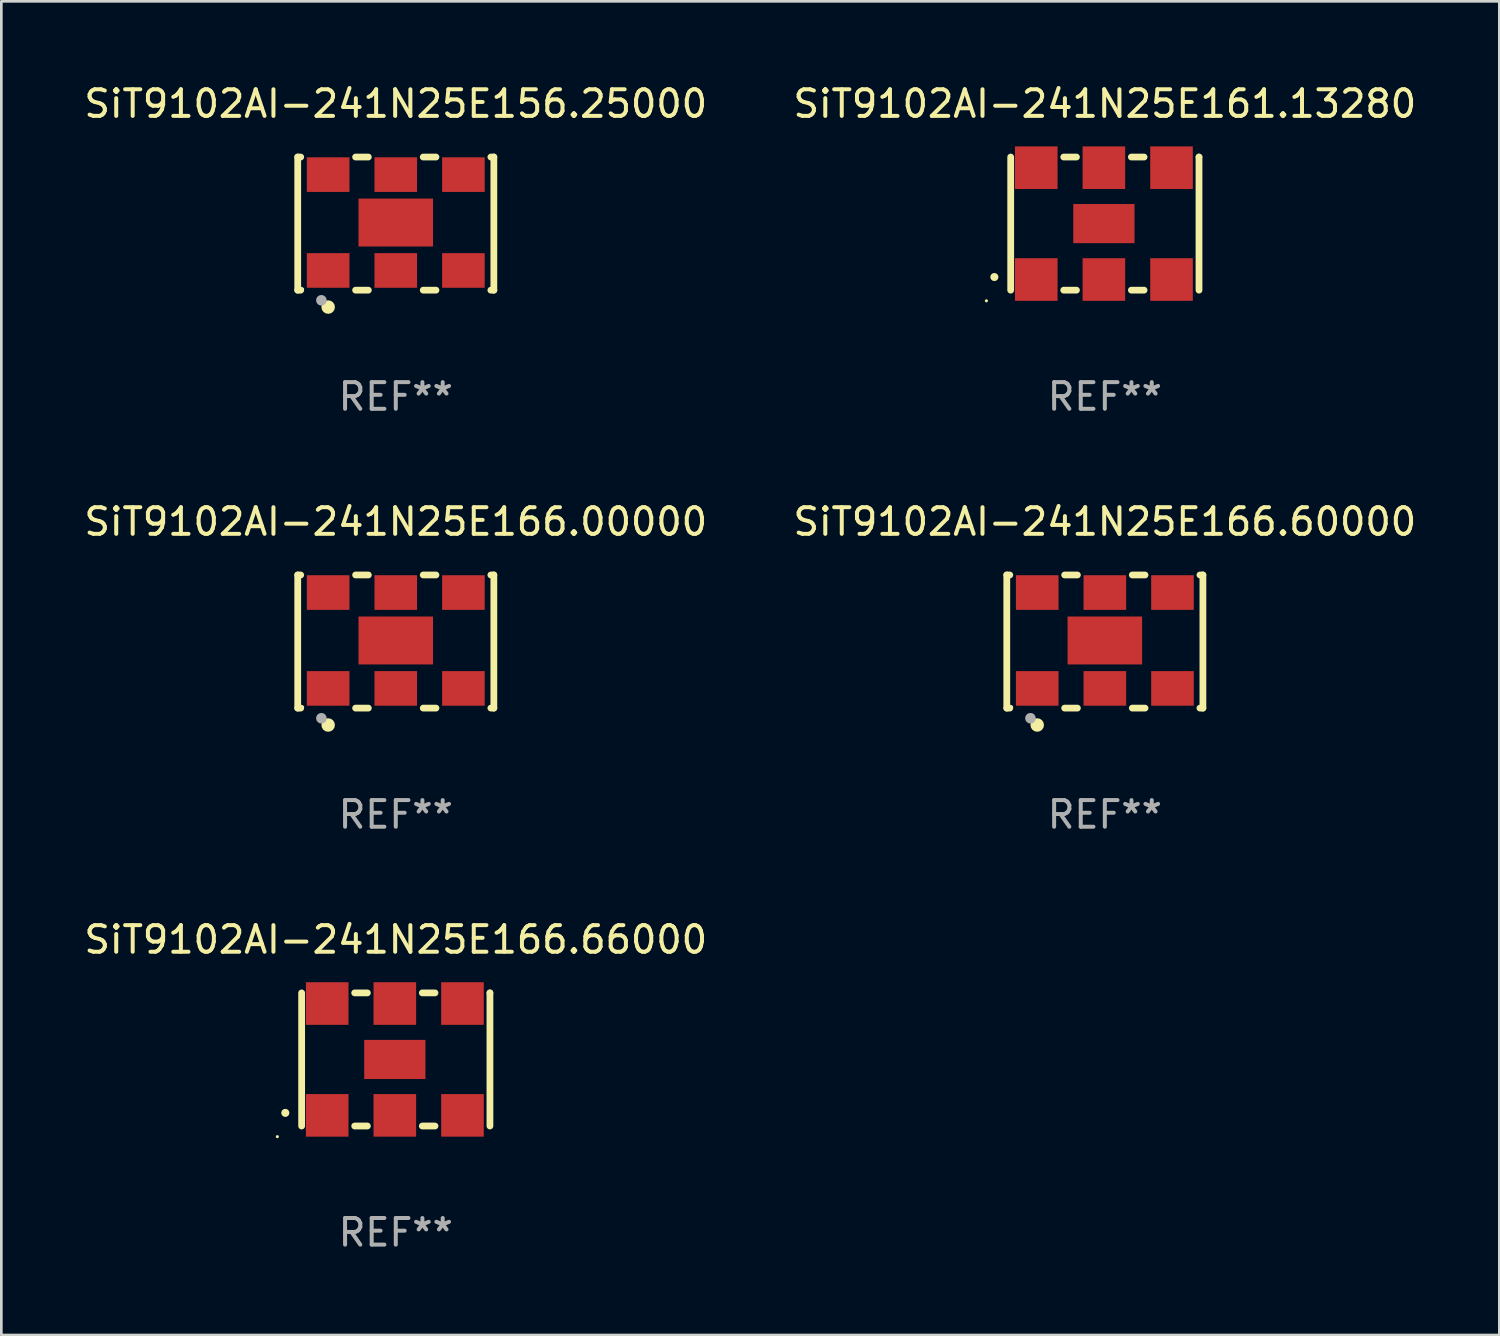
<source format=kicad_pcb>
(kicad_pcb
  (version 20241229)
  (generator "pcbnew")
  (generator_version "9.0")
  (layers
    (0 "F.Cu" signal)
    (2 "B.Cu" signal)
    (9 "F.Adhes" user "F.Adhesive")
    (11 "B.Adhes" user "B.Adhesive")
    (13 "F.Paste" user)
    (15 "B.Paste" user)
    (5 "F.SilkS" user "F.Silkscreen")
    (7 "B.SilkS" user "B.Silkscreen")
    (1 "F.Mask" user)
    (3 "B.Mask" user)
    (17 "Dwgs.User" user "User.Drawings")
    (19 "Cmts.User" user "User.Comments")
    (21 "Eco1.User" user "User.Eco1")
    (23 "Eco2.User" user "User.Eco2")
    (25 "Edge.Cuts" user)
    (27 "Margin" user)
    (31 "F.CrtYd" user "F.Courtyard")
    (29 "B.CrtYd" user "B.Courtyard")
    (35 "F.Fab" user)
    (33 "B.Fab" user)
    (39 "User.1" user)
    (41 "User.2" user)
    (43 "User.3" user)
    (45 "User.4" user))
  (footprint "SiT9102AI-241N25E161.13280"
    (layer "F.Cu")
    (at 38.446 5.348)
    (property "Reference" "SiT9102AI-241N25E161.13280" (at 0 -4.5 0) (layer "F.SilkS") (effects (font (size 1 1) (thickness 0.15))))
    (attr through_hole)
    (fp_line (start -3.536 -2.5) (end -3.536 2.5) (stroke (width 0.254) (type solid)) (layer "F.SilkS"))
    (fp_line (start -1.544 2.5) (end -1.067 2.5) (stroke (width 0.254) (type solid)) (layer "F.SilkS"))
    (fp_line (start -1.067 -2.5) (end -1.544 -2.5) (stroke (width 0.254) (type solid)) (layer "F.SilkS"))
    (fp_line (start 0.996 2.5) (end 1.473 2.5) (stroke (width 0.254) (type solid)) (layer "F.SilkS"))
    (fp_line (start 1.473 -2.5) (end 0.996 -2.5) (stroke (width 0.254) (type solid)) (layer "F.SilkS"))
    (fp_line (start 3.536 -2.5) (end 3.536 -2.5) (stroke (width 0.254) (type solid)) (layer "F.SilkS"))
    (fp_line (start 3.536 2.5) (end 3.536 -2.5) (stroke (width 0.254) (type solid)) (layer "F.SilkS"))
    (fp_arc (start -4.150432 2.006604) (mid -4.149162 2.006599) (end -4.147892 2.006604) (stroke (width 0.3) (type solid)) (layer "F.SilkS"))
    (fp_circle (center -4.449 2.9) (end -4.419 2.9) (stroke (width 0.06) (type solid)) (fill no) (layer "F.SilkS"))
    (fp_text user "REF**" (at 0 6.5 0) (layer "F.Fab") (effects (font (size 1 1) (thickness 0.15))))
    (pad "1" smd rect (at -2.576 2.1) (size 1.6 1.6) (layers "F.Cu" "F.Mask" "F.Paste"))
    (pad "2" smd rect (at -0.036 2.1) (size 1.6 1.6) (layers "F.Cu" "F.Mask" "F.Paste"))
    (pad "3" smd rect (at 2.504 2.1) (size 1.6 1.6) (layers "F.Cu" "F.Mask" "F.Paste"))
    (pad "4" smd rect (at 2.504 -2.1) (size 1.6 1.6) (layers "F.Cu" "F.Mask" "F.Paste"))
    (pad "5" smd rect (at -0.036 -2.1) (size 1.6 1.6) (layers "F.Cu" "F.Mask" "F.Paste"))
    (pad "6" smd rect (at -2.576 -2.1) (size 1.6 1.6) (layers "F.Cu" "F.Mask" "F.Paste"))
    (pad "7" smd rect (at -0.036 0) (size 2.3 1.47) (layers "F.Cu" "F.Mask" "F.Paste")))
  (footprint "SiT9102AI-241N25E166.00000"
    (layer "F.Cu")
    (at 11.815 21.045)
    (property "Reference" "SiT9102AI-241N25E166.00000" (at 0 -4.5 0) (layer "F.SilkS") (effects (font (size 1 1) (thickness 0.15))))
    (attr through_hole)
    (fp_line (start -3.683 -2.5) (end -3.571 -2.5) (stroke (width 0.254) (type solid)) (layer "F.SilkS"))
    (fp_line (start -3.683 2.5) (end -3.683 -2.5) (stroke (width 0.254) (type solid)) (layer "F.SilkS"))
    (fp_line (start -3.683 2.5) (end -3.571 2.5) (stroke (width 0.254) (type solid)) (layer "F.SilkS"))
    (fp_line (start -1.509 -2.5) (end -1.031 -2.5) (stroke (width 0.254) (type solid)) (layer "F.SilkS"))
    (fp_line (start -1.509 2.5) (end -1.031 2.5) (stroke (width 0.254) (type solid)) (layer "F.SilkS"))
    (fp_line (start 1.031 -2.5) (end 1.509 -2.5) (stroke (width 0.254) (type solid)) (layer "F.SilkS"))
    (fp_line (start 1.031 2.5) (end 1.509 2.5) (stroke (width 0.254) (type solid)) (layer "F.SilkS"))
    (fp_line (start 3.571 -2.5) (end 3.683 -2.5) (stroke (width 0.254) (type solid)) (layer "F.SilkS"))
    (fp_line (start 3.571 2.5) (end 3.683 2.5) (stroke (width 0.254) (type solid)) (layer "F.SilkS"))
    (fp_line (start 3.683 2.5) (end 3.683 -2.5) (stroke (width 0.254) (type solid)) (layer "F.SilkS"))
    (fp_circle (center -3.5 2.46) (end -3.47 2.46) (stroke (width 0.06) (type solid)) (fill no) (layer "F.SilkS"))
    (fp_circle (center -2.54 3.135) (end -2.413 3.135) (stroke (width 0.254) (type solid)) (fill no) (layer "F.SilkS"))
    (fp_circle (center -2.794 2.881) (end -2.694 2.881) (stroke (width 0.2) (type solid)) (fill no) (layer "F.Fab"))
    (fp_text user "REF**" (at 0 6.5 0) (layer "F.Fab") (effects (font (size 1 1) (thickness 0.15))))
    (pad "1" smd rect (at -2.54 1.76) (size 1.6 1.3) (layers "F.Cu" "F.Mask" "F.Paste"))
    (pad "2" smd rect (at 0 1.76) (size 1.6 1.3) (layers "F.Cu" "F.Mask" "F.Paste"))
    (pad "3" smd rect (at 2.54 1.76) (size 1.6 1.3) (layers "F.Cu" "F.Mask" "F.Paste"))
    (pad "4" smd rect (at 2.54 -1.84) (size 1.6 1.3) (layers "F.Cu" "F.Mask" "F.Paste"))
    (pad "5" smd rect (at 0 -1.84) (size 1.6 1.3) (layers "F.Cu" "F.Mask" "F.Paste"))
    (pad "6" smd rect (at -2.54 -1.84) (size 1.6 1.3) (layers "F.Cu" "F.Mask" "F.Paste"))
    (pad "7" smd rect (at 0 -0.04) (size 2.8 1.8) (layers "F.Cu" "F.Mask" "F.Paste")))
  (footprint "SiT9102AI-241N25E166.60000"
    (layer "F.Cu")
    (at 38.446 21.045)
    (property "Reference" "SiT9102AI-241N25E166.60000" (at 0 -4.5 0) (layer "F.SilkS") (effects (font (size 1 1) (thickness 0.15))))
    (attr through_hole)
    (fp_line (start -3.683 -2.5) (end -3.571 -2.5) (stroke (width 0.254) (type solid)) (layer "F.SilkS"))
    (fp_line (start -3.683 2.5) (end -3.683 -2.5) (stroke (width 0.254) (type solid)) (layer "F.SilkS"))
    (fp_line (start -3.683 2.5) (end -3.571 2.5) (stroke (width 0.254) (type solid)) (layer "F.SilkS"))
    (fp_line (start -1.509 -2.5) (end -1.031 -2.5) (stroke (width 0.254) (type solid)) (layer "F.SilkS"))
    (fp_line (start -1.509 2.5) (end -1.031 2.5) (stroke (width 0.254) (type solid)) (layer "F.SilkS"))
    (fp_line (start 1.031 -2.5) (end 1.509 -2.5) (stroke (width 0.254) (type solid)) (layer "F.SilkS"))
    (fp_line (start 1.031 2.5) (end 1.509 2.5) (stroke (width 0.254) (type solid)) (layer "F.SilkS"))
    (fp_line (start 3.571 -2.5) (end 3.683 -2.5) (stroke (width 0.254) (type solid)) (layer "F.SilkS"))
    (fp_line (start 3.571 2.5) (end 3.683 2.5) (stroke (width 0.254) (type solid)) (layer "F.SilkS"))
    (fp_line (start 3.683 2.5) (end 3.683 -2.5) (stroke (width 0.254) (type solid)) (layer "F.SilkS"))
    (fp_circle (center -3.5 2.46) (end -3.47 2.46) (stroke (width 0.06) (type solid)) (fill no) (layer "F.SilkS"))
    (fp_circle (center -2.54 3.135) (end -2.413 3.135) (stroke (width 0.254) (type solid)) (fill no) (layer "F.SilkS"))
    (fp_circle (center -2.794 2.881) (end -2.694 2.881) (stroke (width 0.2) (type solid)) (fill no) (layer "F.Fab"))
    (fp_text user "REF**" (at 0 6.5 0) (layer "F.Fab") (effects (font (size 1 1) (thickness 0.15))))
    (pad "1" smd rect (at -2.54 1.76) (size 1.6 1.3) (layers "F.Cu" "F.Mask" "F.Paste"))
    (pad "2" smd rect (at 0 1.76) (size 1.6 1.3) (layers "F.Cu" "F.Mask" "F.Paste"))
    (pad "3" smd rect (at 2.54 1.76) (size 1.6 1.3) (layers "F.Cu" "F.Mask" "F.Paste"))
    (pad "4" smd rect (at 2.54 -1.84) (size 1.6 1.3) (layers "F.Cu" "F.Mask" "F.Paste"))
    (pad "5" smd rect (at 0 -1.84) (size 1.6 1.3) (layers "F.Cu" "F.Mask" "F.Paste"))
    (pad "6" smd rect (at -2.54 -1.84) (size 1.6 1.3) (layers "F.Cu" "F.Mask" "F.Paste"))
    (pad "7" smd rect (at 0 -0.04) (size 2.8 1.8) (layers "F.Cu" "F.Mask" "F.Paste")))
  (footprint "SiT9102AI-241N25E166.66000"
    (layer "F.Cu")
    (at 11.815 36.741)
    (property "Reference" "SiT9102AI-241N25E166.66000" (at 0 -4.5 0) (layer "F.SilkS") (effects (font (size 1 1) (thickness 0.15))))
    (attr through_hole)
    (fp_line (start -3.536 -2.5) (end -3.536 2.5) (stroke (width 0.254) (type solid)) (layer "F.SilkS"))
    (fp_line (start -1.544 2.5) (end -1.067 2.5) (stroke (width 0.254) (type solid)) (layer "F.SilkS"))
    (fp_line (start -1.067 -2.5) (end -1.544 -2.5) (stroke (width 0.254) (type solid)) (layer "F.SilkS"))
    (fp_line (start 0.996 2.5) (end 1.473 2.5) (stroke (width 0.254) (type solid)) (layer "F.SilkS"))
    (fp_line (start 1.473 -2.5) (end 0.996 -2.5) (stroke (width 0.254) (type solid)) (layer "F.SilkS"))
    (fp_line (start 3.536 -2.5) (end 3.536 -2.5) (stroke (width 0.254) (type solid)) (layer "F.SilkS"))
    (fp_line (start 3.536 2.5) (end 3.536 -2.5) (stroke (width 0.254) (type solid)) (layer "F.SilkS"))
    (fp_arc (start -4.150432 2.006604) (mid -4.149162 2.006599) (end -4.147892 2.006604) (stroke (width 0.3) (type solid)) (layer "F.SilkS"))
    (fp_circle (center -4.449 2.9) (end -4.419 2.9) (stroke (width 0.06) (type solid)) (fill no) (layer "F.SilkS"))
    (fp_text user "REF**" (at 0 6.5 0) (layer "F.Fab") (effects (font (size 1 1) (thickness 0.15))))
    (pad "1" smd rect (at -2.576 2.1) (size 1.6 1.6) (layers "F.Cu" "F.Mask" "F.Paste"))
    (pad "2" smd rect (at -0.036 2.1) (size 1.6 1.6) (layers "F.Cu" "F.Mask" "F.Paste"))
    (pad "3" smd rect (at 2.504 2.1) (size 1.6 1.6) (layers "F.Cu" "F.Mask" "F.Paste"))
    (pad "4" smd rect (at 2.504 -2.1) (size 1.6 1.6) (layers "F.Cu" "F.Mask" "F.Paste"))
    (pad "5" smd rect (at -0.036 -2.1) (size 1.6 1.6) (layers "F.Cu" "F.Mask" "F.Paste"))
    (pad "6" smd rect (at -2.576 -2.1) (size 1.6 1.6) (layers "F.Cu" "F.Mask" "F.Paste"))
    (pad "7" smd rect (at -0.036 0) (size 2.3 1.47) (layers "F.Cu" "F.Mask" "F.Paste")))
  (footprint "SiT9102AI-241N25E156.25000"
    (layer "F.Cu")
    (at 11.815 5.348)
    (property "Reference" "SiT9102AI-241N25E156.25000" (at 0 -4.5 0) (layer "F.SilkS") (effects (font (size 1 1) (thickness 0.15))))
    (attr through_hole)
    (fp_line (start -3.683 -2.5) (end -3.571 -2.5) (stroke (width 0.254) (type solid)) (layer "F.SilkS"))
    (fp_line (start -3.683 2.5) (end -3.683 -2.5) (stroke (width 0.254) (type solid)) (layer "F.SilkS"))
    (fp_line (start -3.683 2.5) (end -3.571 2.5) (stroke (width 0.254) (type solid)) (layer "F.SilkS"))
    (fp_line (start -1.509 -2.5) (end -1.031 -2.5) (stroke (width 0.254) (type solid)) (layer "F.SilkS"))
    (fp_line (start -1.509 2.5) (end -1.031 2.5) (stroke (width 0.254) (type solid)) (layer "F.SilkS"))
    (fp_line (start 1.031 -2.5) (end 1.509 -2.5) (stroke (width 0.254) (type solid)) (layer "F.SilkS"))
    (fp_line (start 1.031 2.5) (end 1.509 2.5) (stroke (width 0.254) (type solid)) (layer "F.SilkS"))
    (fp_line (start 3.571 -2.5) (end 3.683 -2.5) (stroke (width 0.254) (type solid)) (layer "F.SilkS"))
    (fp_line (start 3.571 2.5) (end 3.683 2.5) (stroke (width 0.254) (type solid)) (layer "F.SilkS"))
    (fp_line (start 3.683 2.5) (end 3.683 -2.5) (stroke (width 0.254) (type solid)) (layer "F.SilkS"))
    (fp_circle (center -3.5 2.46) (end -3.47 2.46) (stroke (width 0.06) (type solid)) (fill no) (layer "F.SilkS"))
    (fp_circle (center -2.54 3.135) (end -2.413 3.135) (stroke (width 0.254) (type solid)) (fill no) (layer "F.SilkS"))
    (fp_circle (center -2.794 2.881) (end -2.694 2.881) (stroke (width 0.2) (type solid)) (fill no) (layer "F.Fab"))
    (fp_text user "REF**" (at 0 6.5 0) (layer "F.Fab") (effects (font (size 1 1) (thickness 0.15))))
    (pad "1" smd rect (at -2.54 1.76) (size 1.6 1.3) (layers "F.Cu" "F.Mask" "F.Paste"))
    (pad "2" smd rect (at 0 1.76) (size 1.6 1.3) (layers "F.Cu" "F.Mask" "F.Paste"))
    (pad "3" smd rect (at 2.54 1.76) (size 1.6 1.3) (layers "F.Cu" "F.Mask" "F.Paste"))
    (pad "4" smd rect (at 2.54 -1.84) (size 1.6 1.3) (layers "F.Cu" "F.Mask" "F.Paste"))
    (pad "5" smd rect (at 0 -1.84) (size 1.6 1.3) (layers "F.Cu" "F.Mask" "F.Paste"))
    (pad "6" smd rect (at -2.54 -1.84) (size 1.6 1.3) (layers "F.Cu" "F.Mask" "F.Paste"))
    (pad "7" smd rect (at 0 -0.04) (size 2.8 1.8) (layers "F.Cu" "F.Mask" "F.Paste")))
  (gr_rect
    (start -3 -3)
    (end 53.262 47.09)
    (stroke (width 0.1) (type default))
    (fill no)
    (layer "Edge.Cuts")))
</source>
